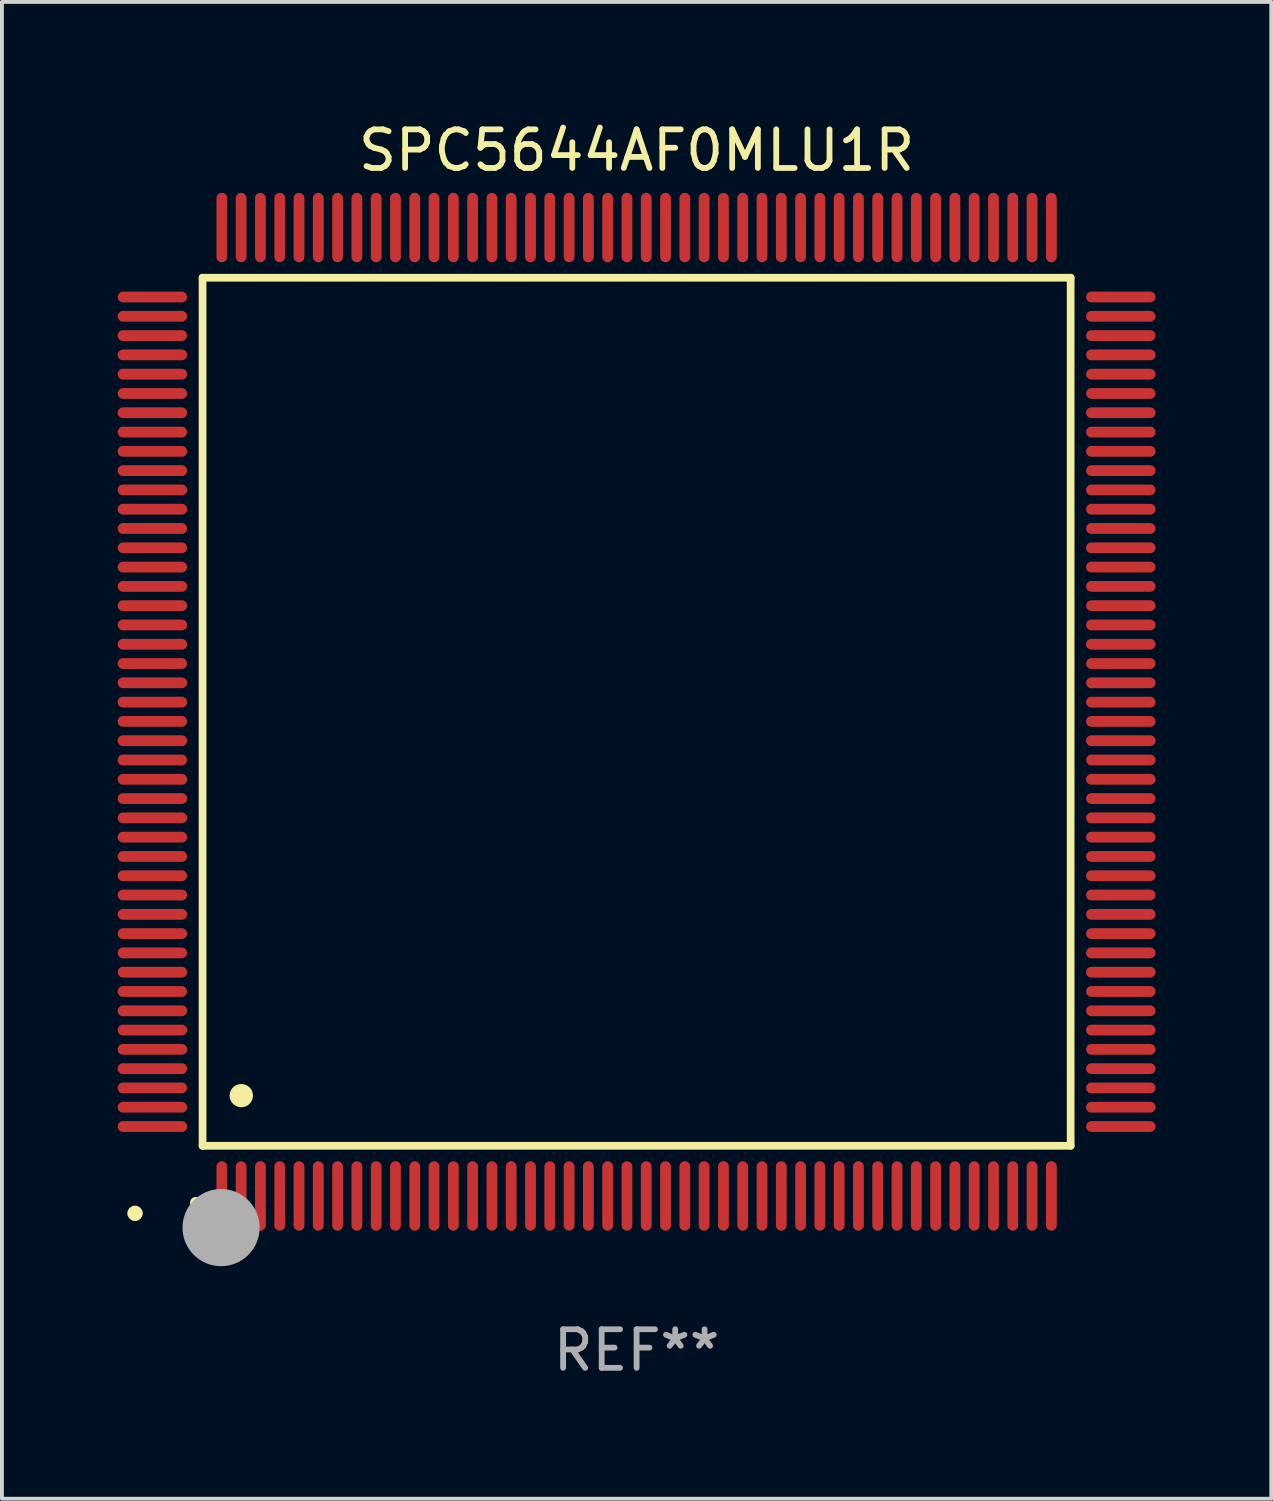
<source format=kicad_pcb>
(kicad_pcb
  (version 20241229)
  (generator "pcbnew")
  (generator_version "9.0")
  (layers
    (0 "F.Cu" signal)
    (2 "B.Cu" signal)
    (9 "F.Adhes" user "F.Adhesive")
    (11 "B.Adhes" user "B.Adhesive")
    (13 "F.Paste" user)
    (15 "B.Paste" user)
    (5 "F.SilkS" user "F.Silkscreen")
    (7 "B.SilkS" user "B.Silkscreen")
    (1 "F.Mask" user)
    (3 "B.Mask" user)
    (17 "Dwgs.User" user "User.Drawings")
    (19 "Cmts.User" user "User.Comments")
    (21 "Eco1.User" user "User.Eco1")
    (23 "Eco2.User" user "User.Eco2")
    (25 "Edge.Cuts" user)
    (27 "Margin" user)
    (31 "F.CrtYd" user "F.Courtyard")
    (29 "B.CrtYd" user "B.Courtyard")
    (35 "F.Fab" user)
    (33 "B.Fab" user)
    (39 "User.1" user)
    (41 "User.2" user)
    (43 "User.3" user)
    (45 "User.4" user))
  (footprint "SPC5644AF0MLU1R"
    (layer "F.Cu")
    (at 13.45 15.398)
    (property "Reference" "SPC5644AF0MLU1R" (at 0 -14.55 0) (layer "F.SilkS") (effects (font (size 1 1) (thickness 0.15))))
    (attr through_hole)
    (fp_line (start -11.25 -11.25) (end 11.25 -11.25) (stroke (width 0.2) (type solid)) (layer "F.SilkS"))
    (fp_line (start -11.25 11.25) (end -11.25 -11.25) (stroke (width 0.2) (type solid)) (layer "F.SilkS"))
    (fp_line (start 11.25 -11.25) (end 11.25 11.25) (stroke (width 0.2) (type solid)) (layer "F.SilkS"))
    (fp_line (start 11.25 11.25) (end -11.25 11.25) (stroke (width 0.2) (type solid)) (layer "F.SilkS"))
    (fp_arc (start -11.424943 12.725425) (mid -11.423673 12.72542) (end -11.422403 12.725425) (stroke (width 0.3) (type solid)) (layer "F.SilkS"))
    (fp_arc (start -10.24892 9.9492) (mid -10.24638 9.949189) (end -10.24384 9.9492) (stroke (width 0.6) (type solid)) (layer "F.SilkS"))
    (fp_circle (center -13 13) (end -12.9 13) (stroke (width 0.2) (type solid)) (fill no) (layer "F.SilkS"))
    (fp_circle (center -10.77 13.37) (end -10.27 13.37) (stroke (width 1) (type solid)) (fill no) (layer "F.Fab"))
    (fp_text user "REF**" (at 0 16.55 0) (layer "F.Fab") (effects (font (size 1 1) (thickness 0.15))))
    (pad "1" smd oval (at -10.75 12.55) (size 0.28 1.8) (layers "F.Cu" "F.Mask" "F.Paste"))
    (pad "2" smd oval (at -10.25 12.55) (size 0.28 1.8) (layers "F.Cu" "F.Mask" "F.Paste"))
    (pad "3" smd oval (at -9.75 12.55) (size 0.28 1.8) (layers "F.Cu" "F.Mask" "F.Paste"))
    (pad "4" smd oval (at -9.25 12.55) (size 0.28 1.8) (layers "F.Cu" "F.Mask" "F.Paste"))
    (pad "5" smd oval (at -8.75 12.55) (size 0.28 1.8) (layers "F.Cu" "F.Mask" "F.Paste"))
    (pad "6" smd oval (at -8.25 12.55) (size 0.28 1.8) (layers "F.Cu" "F.Mask" "F.Paste"))
    (pad "7" smd oval (at -7.75 12.55) (size 0.28 1.8) (layers "F.Cu" "F.Mask" "F.Paste"))
    (pad "8" smd oval (at -7.25 12.55) (size 0.28 1.8) (layers "F.Cu" "F.Mask" "F.Paste"))
    (pad "9" smd oval (at -6.75 12.55) (size 0.28 1.8) (layers "F.Cu" "F.Mask" "F.Paste"))
    (pad "10" smd oval (at -6.25 12.55) (size 0.28 1.8) (layers "F.Cu" "F.Mask" "F.Paste"))
    (pad "11" smd oval (at -5.75 12.55) (size 0.28 1.8) (layers "F.Cu" "F.Mask" "F.Paste"))
    (pad "12" smd oval (at -5.25 12.55) (size 0.28 1.8) (layers "F.Cu" "F.Mask" "F.Paste"))
    (pad "13" smd oval (at -4.75 12.55) (size 0.28 1.8) (layers "F.Cu" "F.Mask" "F.Paste"))
    (pad "14" smd oval (at -4.25 12.55) (size 0.28 1.8) (layers "F.Cu" "F.Mask" "F.Paste"))
    (pad "15" smd oval (at -3.75 12.55) (size 0.28 1.8) (layers "F.Cu" "F.Mask" "F.Paste"))
    (pad "16" smd oval (at -3.25 12.55) (size 0.28 1.8) (layers "F.Cu" "F.Mask" "F.Paste"))
    (pad "17" smd oval (at -2.75 12.55) (size 0.28 1.8) (layers "F.Cu" "F.Mask" "F.Paste"))
    (pad "18" smd oval (at -2.25 12.55) (size 0.28 1.8) (layers "F.Cu" "F.Mask" "F.Paste"))
    (pad "19" smd oval (at -1.75 12.55) (size 0.28 1.8) (layers "F.Cu" "F.Mask" "F.Paste"))
    (pad "20" smd oval (at -1.25 12.55) (size 0.28 1.8) (layers "F.Cu" "F.Mask" "F.Paste"))
    (pad "21" smd oval (at -0.75 12.55) (size 0.28 1.8) (layers "F.Cu" "F.Mask" "F.Paste"))
    (pad "22" smd oval (at -0.25 12.55) (size 0.28 1.8) (layers "F.Cu" "F.Mask" "F.Paste"))
    (pad "23" smd oval (at 0.25 12.55) (size 0.28 1.8) (layers "F.Cu" "F.Mask" "F.Paste"))
    (pad "24" smd oval (at 0.75 12.55) (size 0.28 1.8) (layers "F.Cu" "F.Mask" "F.Paste"))
    (pad "25" smd oval (at 1.25 12.55) (size 0.28 1.8) (layers "F.Cu" "F.Mask" "F.Paste"))
    (pad "26" smd oval (at 1.75 12.55) (size 0.28 1.8) (layers "F.Cu" "F.Mask" "F.Paste"))
    (pad "27" smd oval (at 2.25 12.55) (size 0.28 1.8) (layers "F.Cu" "F.Mask" "F.Paste"))
    (pad "28" smd oval (at 2.75 12.55) (size 0.28 1.8) (layers "F.Cu" "F.Mask" "F.Paste"))
    (pad "29" smd oval (at 3.25 12.55) (size 0.28 1.8) (layers "F.Cu" "F.Mask" "F.Paste"))
    (pad "30" smd oval (at 3.75 12.55) (size 0.28 1.8) (layers "F.Cu" "F.Mask" "F.Paste"))
    (pad "31" smd oval (at 4.25 12.55) (size 0.28 1.8) (layers "F.Cu" "F.Mask" "F.Paste"))
    (pad "32" smd oval (at 4.75 12.55) (size 0.28 1.8) (layers "F.Cu" "F.Mask" "F.Paste"))
    (pad "33" smd oval (at 5.25 12.55) (size 0.28 1.8) (layers "F.Cu" "F.Mask" "F.Paste"))
    (pad "34" smd oval (at 5.75 12.55) (size 0.28 1.8) (layers "F.Cu" "F.Mask" "F.Paste"))
    (pad "35" smd oval (at 6.25 12.55) (size 0.28 1.8) (layers "F.Cu" "F.Mask" "F.Paste"))
    (pad "36" smd oval (at 6.75 12.55) (size 0.28 1.8) (layers "F.Cu" "F.Mask" "F.Paste"))
    (pad "37" smd oval (at 7.25 12.55) (size 0.28 1.8) (layers "F.Cu" "F.Mask" "F.Paste"))
    (pad "38" smd oval (at 7.75 12.55) (size 0.28 1.8) (layers "F.Cu" "F.Mask" "F.Paste"))
    (pad "39" smd oval (at 8.25 12.55) (size 0.28 1.8) (layers "F.Cu" "F.Mask" "F.Paste"))
    (pad "40" smd oval (at 8.75 12.55) (size 0.28 1.8) (layers "F.Cu" "F.Mask" "F.Paste"))
    (pad "41" smd oval (at 9.25 12.55) (size 0.28 1.8) (layers "F.Cu" "F.Mask" "F.Paste"))
    (pad "42" smd oval (at 9.75 12.55) (size 0.28 1.8) (layers "F.Cu" "F.Mask" "F.Paste"))
    (pad "43" smd oval (at 10.25 12.55) (size 0.28 1.8) (layers "F.Cu" "F.Mask" "F.Paste"))
    (pad "44" smd oval (at 10.75 12.55) (size 0.28 1.8) (layers "F.Cu" "F.Mask" "F.Paste"))
    (pad "45" smd oval (at 12.55 10.75) (size 1.8 0.28) (layers "F.Cu" "F.Mask" "F.Paste"))
    (pad "46" smd oval (at 12.55 10.25) (size 1.8 0.28) (layers "F.Cu" "F.Mask" "F.Paste"))
    (pad "47" smd oval (at 12.55 9.75) (size 1.8 0.28) (layers "F.Cu" "F.Mask" "F.Paste"))
    (pad "48" smd oval (at 12.55 9.25) (size 1.8 0.28) (layers "F.Cu" "F.Mask" "F.Paste"))
    (pad "49" smd oval (at 12.55 8.75) (size 1.8 0.28) (layers "F.Cu" "F.Mask" "F.Paste"))
    (pad "50" smd oval (at 12.55 8.25) (size 1.8 0.28) (layers "F.Cu" "F.Mask" "F.Paste"))
    (pad "51" smd oval (at 12.55 7.75) (size 1.8 0.28) (layers "F.Cu" "F.Mask" "F.Paste"))
    (pad "52" smd oval (at 12.55 7.25) (size 1.8 0.28) (layers "F.Cu" "F.Mask" "F.Paste"))
    (pad "53" smd oval (at 12.55 6.75) (size 1.8 0.28) (layers "F.Cu" "F.Mask" "F.Paste"))
    (pad "54" smd oval (at 12.55 6.25) (size 1.8 0.28) (layers "F.Cu" "F.Mask" "F.Paste"))
    (pad "55" smd oval (at 12.55 5.75) (size 1.8 0.28) (layers "F.Cu" "F.Mask" "F.Paste"))
    (pad "56" smd oval (at 12.55 5.25) (size 1.8 0.28) (layers "F.Cu" "F.Mask" "F.Paste"))
    (pad "57" smd oval (at 12.55 4.75) (size 1.8 0.28) (layers "F.Cu" "F.Mask" "F.Paste"))
    (pad "58" smd oval (at 12.55 4.25) (size 1.8 0.28) (layers "F.Cu" "F.Mask" "F.Paste"))
    (pad "59" smd oval (at 12.55 3.75) (size 1.8 0.28) (layers "F.Cu" "F.Mask" "F.Paste"))
    (pad "60" smd oval (at 12.55 3.25) (size 1.8 0.28) (layers "F.Cu" "F.Mask" "F.Paste"))
    (pad "61" smd oval (at 12.55 2.75) (size 1.8 0.28) (layers "F.Cu" "F.Mask" "F.Paste"))
    (pad "62" smd oval (at 12.55 2.25) (size 1.8 0.28) (layers "F.Cu" "F.Mask" "F.Paste"))
    (pad "63" smd oval (at 12.55 1.75) (size 1.8 0.28) (layers "F.Cu" "F.Mask" "F.Paste"))
    (pad "64" smd oval (at 12.55 1.25) (size 1.8 0.28) (layers "F.Cu" "F.Mask" "F.Paste"))
    (pad "65" smd oval (at 12.55 0.75) (size 1.8 0.28) (layers "F.Cu" "F.Mask" "F.Paste"))
    (pad "66" smd oval (at 12.55 0.25) (size 1.8 0.28) (layers "F.Cu" "F.Mask" "F.Paste"))
    (pad "67" smd oval (at 12.55 -0.25) (size 1.8 0.28) (layers "F.Cu" "F.Mask" "F.Paste"))
    (pad "68" smd oval (at 12.55 -0.75) (size 1.8 0.28) (layers "F.Cu" "F.Mask" "F.Paste"))
    (pad "69" smd oval (at 12.55 -1.25) (size 1.8 0.28) (layers "F.Cu" "F.Mask" "F.Paste"))
    (pad "70" smd oval (at 12.55 -1.75) (size 1.8 0.28) (layers "F.Cu" "F.Mask" "F.Paste"))
    (pad "71" smd oval (at 12.55 -2.25) (size 1.8 0.28) (layers "F.Cu" "F.Mask" "F.Paste"))
    (pad "72" smd oval (at 12.55 -2.75) (size 1.8 0.28) (layers "F.Cu" "F.Mask" "F.Paste"))
    (pad "73" smd oval (at 12.55 -3.25) (size 1.8 0.28) (layers "F.Cu" "F.Mask" "F.Paste"))
    (pad "74" smd oval (at 12.55 -3.75) (size 1.8 0.28) (layers "F.Cu" "F.Mask" "F.Paste"))
    (pad "75" smd oval (at 12.55 -4.25) (size 1.8 0.28) (layers "F.Cu" "F.Mask" "F.Paste"))
    (pad "76" smd oval (at 12.55 -4.75) (size 1.8 0.28) (layers "F.Cu" "F.Mask" "F.Paste"))
    (pad "77" smd oval (at 12.55 -5.25) (size 1.8 0.28) (layers "F.Cu" "F.Mask" "F.Paste"))
    (pad "78" smd oval (at 12.55 -5.75) (size 1.8 0.28) (layers "F.Cu" "F.Mask" "F.Paste"))
    (pad "79" smd oval (at 12.55 -6.25) (size 1.8 0.28) (layers "F.Cu" "F.Mask" "F.Paste"))
    (pad "80" smd oval (at 12.55 -6.75) (size 1.8 0.28) (layers "F.Cu" "F.Mask" "F.Paste"))
    (pad "81" smd oval (at 12.55 -7.25) (size 1.8 0.28) (layers "F.Cu" "F.Mask" "F.Paste"))
    (pad "82" smd oval (at 12.55 -7.75) (size 1.8 0.28) (layers "F.Cu" "F.Mask" "F.Paste"))
    (pad "83" smd oval (at 12.55 -8.25) (size 1.8 0.28) (layers "F.Cu" "F.Mask" "F.Paste"))
    (pad "84" smd oval (at 12.55 -8.75) (size 1.8 0.28) (layers "F.Cu" "F.Mask" "F.Paste"))
    (pad "85" smd oval (at 12.55 -9.25) (size 1.8 0.28) (layers "F.Cu" "F.Mask" "F.Paste"))
    (pad "86" smd oval (at 12.55 -9.75) (size 1.8 0.28) (layers "F.Cu" "F.Mask" "F.Paste"))
    (pad "87" smd oval (at 12.55 -10.25) (size 1.8 0.28) (layers "F.Cu" "F.Mask" "F.Paste"))
    (pad "88" smd oval (at 12.55 -10.75) (size 1.8 0.28) (layers "F.Cu" "F.Mask" "F.Paste"))
    (pad "89" smd oval (at 10.75 -12.55) (size 0.28 1.8) (layers "F.Cu" "F.Mask" "F.Paste"))
    (pad "90" smd oval (at 10.25 -12.55) (size 0.28 1.8) (layers "F.Cu" "F.Mask" "F.Paste"))
    (pad "91" smd oval (at 9.75 -12.55) (size 0.28 1.8) (layers "F.Cu" "F.Mask" "F.Paste"))
    (pad "92" smd oval (at 9.25 -12.55) (size 0.28 1.8) (layers "F.Cu" "F.Mask" "F.Paste"))
    (pad "93" smd oval (at 8.75 -12.55) (size 0.28 1.8) (layers "F.Cu" "F.Mask" "F.Paste"))
    (pad "94" smd oval (at 8.25 -12.55) (size 0.28 1.8) (layers "F.Cu" "F.Mask" "F.Paste"))
    (pad "95" smd oval (at 7.75 -12.55) (size 0.28 1.8) (layers "F.Cu" "F.Mask" "F.Paste"))
    (pad "96" smd oval (at 7.25 -12.55) (size 0.28 1.8) (layers "F.Cu" "F.Mask" "F.Paste"))
    (pad "97" smd oval (at 6.75 -12.55) (size 0.28 1.8) (layers "F.Cu" "F.Mask" "F.Paste"))
    (pad "98" smd oval (at 6.25 -12.55) (size 0.28 1.8) (layers "F.Cu" "F.Mask" "F.Paste"))
    (pad "99" smd oval (at 5.75 -12.55) (size 0.28 1.8) (layers "F.Cu" "F.Mask" "F.Paste"))
    (pad "100" smd oval (at 5.25 -12.55) (size 0.28 1.8) (layers "F.Cu" "F.Mask" "F.Paste"))
    (pad "101" smd oval (at 4.75 -12.55) (size 0.28 1.8) (layers "F.Cu" "F.Mask" "F.Paste"))
    (pad "102" smd oval (at 4.25 -12.55) (size 0.28 1.8) (layers "F.Cu" "F.Mask" "F.Paste"))
    (pad "103" smd oval (at 3.75 -12.55) (size 0.28 1.8) (layers "F.Cu" "F.Mask" "F.Paste"))
    (pad "104" smd oval (at 3.25 -12.55) (size 0.28 1.8) (layers "F.Cu" "F.Mask" "F.Paste"))
    (pad "105" smd oval (at 2.75 -12.55) (size 0.28 1.8) (layers "F.Cu" "F.Mask" "F.Paste"))
    (pad "106" smd oval (at 2.25 -12.55) (size 0.28 1.8) (layers "F.Cu" "F.Mask" "F.Paste"))
    (pad "107" smd oval (at 1.75 -12.55) (size 0.28 1.8) (layers "F.Cu" "F.Mask" "F.Paste"))
    (pad "108" smd oval (at 1.25 -12.55) (size 0.28 1.8) (layers "F.Cu" "F.Mask" "F.Paste"))
    (pad "109" smd oval (at 0.75 -12.55) (size 0.28 1.8) (layers "F.Cu" "F.Mask" "F.Paste"))
    (pad "110" smd oval (at 0.25 -12.55) (size 0.28 1.8) (layers "F.Cu" "F.Mask" "F.Paste"))
    (pad "111" smd oval (at -0.25 -12.55) (size 0.28 1.8) (layers "F.Cu" "F.Mask" "F.Paste"))
    (pad "112" smd oval (at -0.75 -12.55) (size 0.28 1.8) (layers "F.Cu" "F.Mask" "F.Paste"))
    (pad "113" smd oval (at -1.25 -12.55) (size 0.28 1.8) (layers "F.Cu" "F.Mask" "F.Paste"))
    (pad "114" smd oval (at -1.75 -12.55) (size 0.28 1.8) (layers "F.Cu" "F.Mask" "F.Paste"))
    (pad "115" smd oval (at -2.25 -12.55) (size 0.28 1.8) (layers "F.Cu" "F.Mask" "F.Paste"))
    (pad "116" smd oval (at -2.75 -12.55) (size 0.28 1.8) (layers "F.Cu" "F.Mask" "F.Paste"))
    (pad "117" smd oval (at -3.25 -12.55) (size 0.28 1.8) (layers "F.Cu" "F.Mask" "F.Paste"))
    (pad "118" smd oval (at -3.75 -12.55) (size 0.28 1.8) (layers "F.Cu" "F.Mask" "F.Paste"))
    (pad "119" smd oval (at -4.25 -12.55) (size 0.28 1.8) (layers "F.Cu" "F.Mask" "F.Paste"))
    (pad "120" smd oval (at -4.75 -12.55) (size 0.28 1.8) (layers "F.Cu" "F.Mask" "F.Paste"))
    (pad "121" smd oval (at -5.25 -12.55) (size 0.28 1.8) (layers "F.Cu" "F.Mask" "F.Paste"))
    (pad "122" smd oval (at -5.75 -12.55) (size 0.28 1.8) (layers "F.Cu" "F.Mask" "F.Paste"))
    (pad "123" smd oval (at -6.25 -12.55) (size 0.28 1.8) (layers "F.Cu" "F.Mask" "F.Paste"))
    (pad "124" smd oval (at -6.75 -12.55) (size 0.28 1.8) (layers "F.Cu" "F.Mask" "F.Paste"))
    (pad "125" smd oval (at -7.25 -12.55) (size 0.28 1.8) (layers "F.Cu" "F.Mask" "F.Paste"))
    (pad "126" smd oval (at -7.75 -12.55) (size 0.28 1.8) (layers "F.Cu" "F.Mask" "F.Paste"))
    (pad "127" smd oval (at -8.25 -12.55) (size 0.28 1.8) (layers "F.Cu" "F.Mask" "F.Paste"))
    (pad "128" smd oval (at -8.75 -12.55) (size 0.28 1.8) (layers "F.Cu" "F.Mask" "F.Paste"))
    (pad "129" smd oval (at -9.25 -12.55) (size 0.28 1.8) (layers "F.Cu" "F.Mask" "F.Paste"))
    (pad "130" smd oval (at -9.75 -12.55) (size 0.28 1.8) (layers "F.Cu" "F.Mask" "F.Paste"))
    (pad "131" smd oval (at -10.25 -12.55) (size 0.28 1.8) (layers "F.Cu" "F.Mask" "F.Paste"))
    (pad "132" smd oval (at -10.75 -12.55) (size 0.28 1.8) (layers "F.Cu" "F.Mask" "F.Paste"))
    (pad "133" smd oval (at -12.55 -10.75) (size 1.8 0.28) (layers "F.Cu" "F.Mask" "F.Paste"))
    (pad "134" smd oval (at -12.55 -10.25) (size 1.8 0.28) (layers "F.Cu" "F.Mask" "F.Paste"))
    (pad "135" smd oval (at -12.55 -9.75) (size 1.8 0.28) (layers "F.Cu" "F.Mask" "F.Paste"))
    (pad "136" smd oval (at -12.55 -9.25) (size 1.8 0.28) (layers "F.Cu" "F.Mask" "F.Paste"))
    (pad "137" smd oval (at -12.55 -8.75) (size 1.8 0.28) (layers "F.Cu" "F.Mask" "F.Paste"))
    (pad "138" smd oval (at -12.55 -8.25) (size 1.8 0.28) (layers "F.Cu" "F.Mask" "F.Paste"))
    (pad "139" smd oval (at -12.55 -7.75) (size 1.8 0.28) (layers "F.Cu" "F.Mask" "F.Paste"))
    (pad "140" smd oval (at -12.55 -7.25) (size 1.8 0.28) (layers "F.Cu" "F.Mask" "F.Paste"))
    (pad "141" smd oval (at -12.55 -6.75) (size 1.8 0.28) (layers "F.Cu" "F.Mask" "F.Paste"))
    (pad "142" smd oval (at -12.55 -6.25) (size 1.8 0.28) (layers "F.Cu" "F.Mask" "F.Paste"))
    (pad "143" smd oval (at -12.55 -5.75) (size 1.8 0.28) (layers "F.Cu" "F.Mask" "F.Paste"))
    (pad "144" smd oval (at -12.55 -5.25) (size 1.8 0.28) (layers "F.Cu" "F.Mask" "F.Paste"))
    (pad "145" smd oval (at -12.55 -4.75) (size 1.8 0.28) (layers "F.Cu" "F.Mask" "F.Paste"))
    (pad "146" smd oval (at -12.55 -4.25) (size 1.8 0.28) (layers "F.Cu" "F.Mask" "F.Paste"))
    (pad "147" smd oval (at -12.55 -3.75) (size 1.8 0.28) (layers "F.Cu" "F.Mask" "F.Paste"))
    (pad "148" smd oval (at -12.55 -3.25) (size 1.8 0.28) (layers "F.Cu" "F.Mask" "F.Paste"))
    (pad "149" smd oval (at -12.55 -2.75) (size 1.8 0.28) (layers "F.Cu" "F.Mask" "F.Paste"))
    (pad "150" smd oval (at -12.55 -2.25) (size 1.8 0.28) (layers "F.Cu" "F.Mask" "F.Paste"))
    (pad "151" smd oval (at -12.55 -1.75) (size 1.8 0.28) (layers "F.Cu" "F.Mask" "F.Paste"))
    (pad "152" smd oval (at -12.55 -1.25) (size 1.8 0.28) (layers "F.Cu" "F.Mask" "F.Paste"))
    (pad "153" smd oval (at -12.55 -0.75) (size 1.8 0.28) (layers "F.Cu" "F.Mask" "F.Paste"))
    (pad "154" smd oval (at -12.55 -0.25) (size 1.8 0.28) (layers "F.Cu" "F.Mask" "F.Paste"))
    (pad "155" smd oval (at -12.55 0.25) (size 1.8 0.28) (layers "F.Cu" "F.Mask" "F.Paste"))
    (pad "156" smd oval (at -12.55 0.75) (size 1.8 0.28) (layers "F.Cu" "F.Mask" "F.Paste"))
    (pad "157" smd oval (at -12.55 1.25) (size 1.8 0.28) (layers "F.Cu" "F.Mask" "F.Paste"))
    (pad "158" smd oval (at -12.55 1.75) (size 1.8 0.28) (layers "F.Cu" "F.Mask" "F.Paste"))
    (pad "159" smd oval (at -12.55 2.25) (size 1.8 0.28) (layers "F.Cu" "F.Mask" "F.Paste"))
    (pad "160" smd oval (at -12.55 2.75) (size 1.8 0.28) (layers "F.Cu" "F.Mask" "F.Paste"))
    (pad "161" smd oval (at -12.55 3.25) (size 1.8 0.28) (layers "F.Cu" "F.Mask" "F.Paste"))
    (pad "162" smd oval (at -12.55 3.75) (size 1.8 0.28) (layers "F.Cu" "F.Mask" "F.Paste"))
    (pad "163" smd oval (at -12.55 4.25) (size 1.8 0.28) (layers "F.Cu" "F.Mask" "F.Paste"))
    (pad "164" smd oval (at -12.55 4.75) (size 1.8 0.28) (layers "F.Cu" "F.Mask" "F.Paste"))
    (pad "165" smd oval (at -12.55 5.25) (size 1.8 0.28) (layers "F.Cu" "F.Mask" "F.Paste"))
    (pad "166" smd oval (at -12.55 5.75) (size 1.8 0.28) (layers "F.Cu" "F.Mask" "F.Paste"))
    (pad "167" smd oval (at -12.55 6.25) (size 1.8 0.28) (layers "F.Cu" "F.Mask" "F.Paste"))
    (pad "168" smd oval (at -12.55 6.75) (size 1.8 0.28) (layers "F.Cu" "F.Mask" "F.Paste"))
    (pad "169" smd oval (at -12.55 7.25) (size 1.8 0.28) (layers "F.Cu" "F.Mask" "F.Paste"))
    (pad "170" smd oval (at -12.55 7.75) (size 1.8 0.28) (layers "F.Cu" "F.Mask" "F.Paste"))
    (pad "171" smd oval (at -12.55 8.25) (size 1.8 0.28) (layers "F.Cu" "F.Mask" "F.Paste"))
    (pad "172" smd oval (at -12.55 8.75) (size 1.8 0.28) (layers "F.Cu" "F.Mask" "F.Paste"))
    (pad "173" smd oval (at -12.55 9.25) (size 1.8 0.28) (layers "F.Cu" "F.Mask" "F.Paste"))
    (pad "174" smd oval (at -12.55 9.75) (size 1.8 0.28) (layers "F.Cu" "F.Mask" "F.Paste"))
    (pad "175" smd oval (at -12.55 10.25) (size 1.8 0.28) (layers "F.Cu" "F.Mask" "F.Paste"))
    (pad "176" smd oval (at -12.55 10.75) (size 1.8 0.28) (layers "F.Cu" "F.Mask" "F.Paste")))
  (gr_rect
    (start -3 -3)
    (end 29.9 35.796)
    (stroke (width 0.1) (type default))
    (fill no)
    (layer "Edge.Cuts")))
</source>
